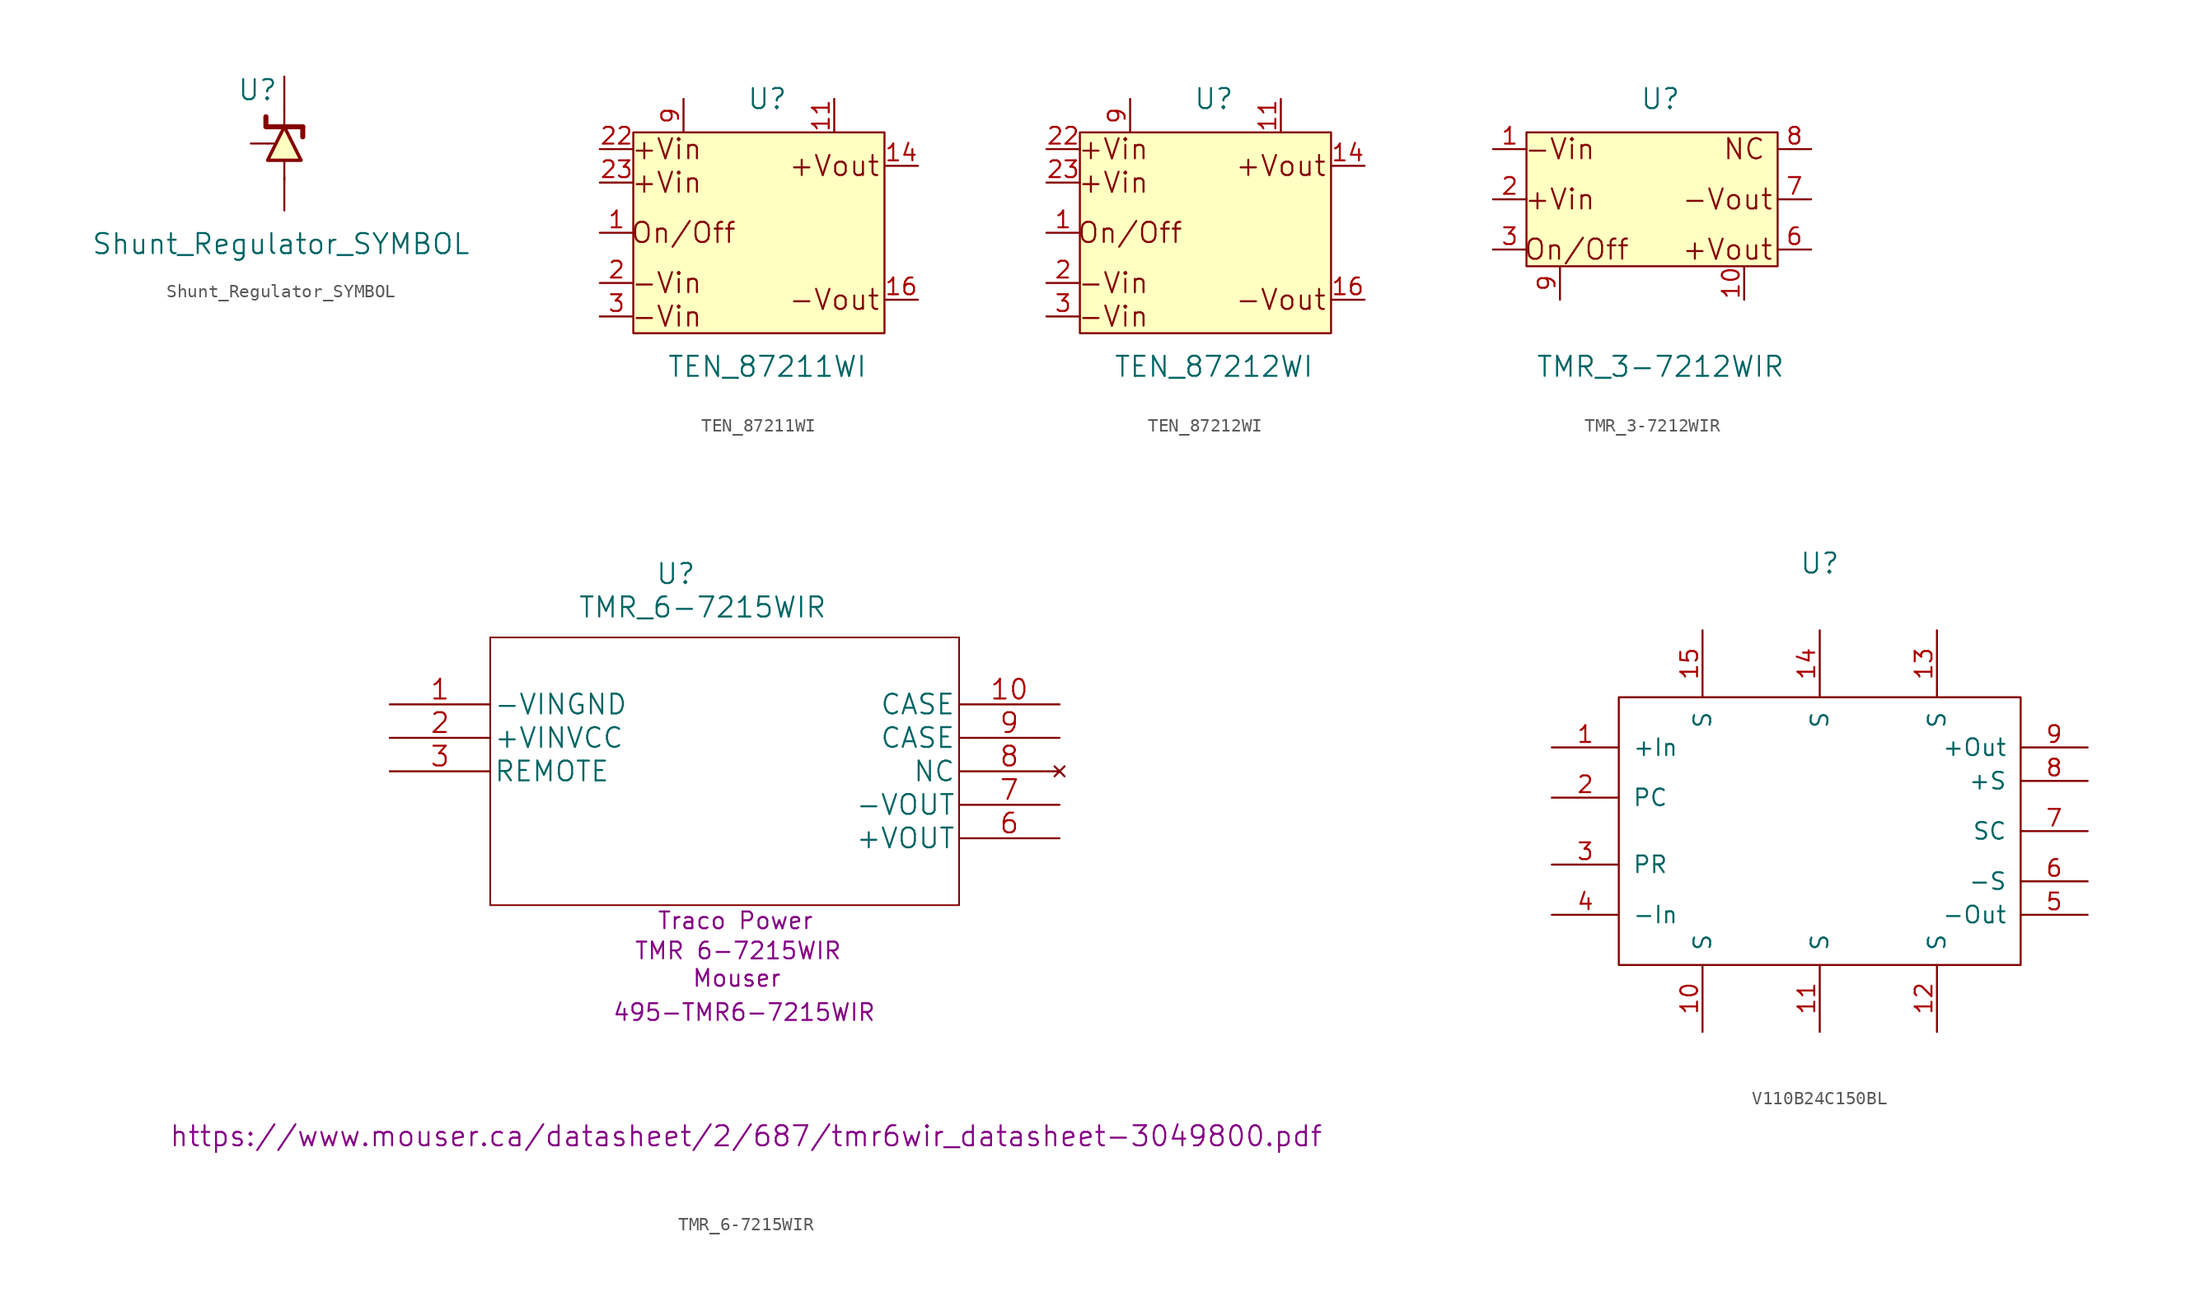
<source format=kicad_sym>
(kicad_symbol_lib
  (version 20220914)
  (generator kicad_symbol_editor)
  (symbol "Shunt_Regulator_SYMBOL"
    (pin_numbers hide)
    (pin_names
      (offset 0) hide)
    (property "Reference" "U"
      (at -2.032 4.064 0)
      (effects (font (size 1.524 1.524))))
    (property "Value" "Shunt_Regulator_SYMBOL"
      (at -0.254 -7.62 0)
      (effects (font (size 1.524 1.524))))
    (symbol "Shunt_Regulator_SYMBOL_0_1"
      (polyline (pts (xy -1.27 0) (xy -0.635 0)) (stroke (width 0) (type default)) (fill (type none)))
      (polyline (pts (xy 0 -2.794) (xy 0 -1.27)) (stroke (width 0) (type default)) (fill (type none)))
      (polyline (pts (xy 0 2.413) (xy 0 1.27)) (stroke (width 0) (type default)) (fill (type none)))
      (polyline (pts (xy 1.397 1.27) (xy 1.397 0.508)) (stroke (width 0.381) (type default)) (fill (type none)))
      (polyline (pts (xy 1.397 1.27) (xy -1.397 1.27) (xy -1.397 2.032)) (stroke (width 0.381) (type default)) (fill (type none)))
      (polyline (pts (xy -1.27 -1.27) (xy 1.27 -1.27) (xy 0 1.27) (xy -1.27 -1.27)) (stroke (width 0.254) (type default)) (fill (type background))))
    (symbol "Shunt_Regulator_SYMBOL_1_1"
      (pin input line (at 0 5.08 270) (length 2.667) (name "Cathode" (effects (font (size 1.27 1.27)))) (number "1" (effects (font (size 1.27 1.27)))))
      (pin input line (at 0 -5.08 90) (length 2.54) (name "Anode" (effects (font (size 1.27 1.27)))) (number "2" (effects (font (size 1.27 1.27)))))
      (pin input line (at -2.54 0 0) (length 1.27) (name "Vref" (effects (font (size 1.27 1.27)))) (number "~" (effects (font (size 1.27 1.27)))))))
  (symbol "TEN_87211WI"
    (pin_names
      (offset 0) hide)
    (property "Reference" "U"
      (at 0 7.62 0)
      (effects (font (size 1.524 1.524))))
    (property "Value" "TEN_87211WI"
      (at 0 -12.7 0)
      (effects (font (size 1.524 1.524))))
    (symbol "TEN_87211WI_0_0"
      (text "+Vin" (at -7.62 1.27 0) (effects (font (size 1.524 1.524))))
      (text "+Vin" (at -7.62 3.81 0) (effects (font (size 1.524 1.524))))
      (text "+Vout" (at 5.08 2.54 0) (effects (font (size 1.524 1.524))))
      (text "-Vin" (at -7.62 -8.89 0) (effects (font (size 1.524 1.524))))
      (text "-Vin" (at -7.62 -6.35 0) (effects (font (size 1.524 1.524))))
      (text "-Vout" (at 5.08 -7.62 0) (effects (font (size 1.524 1.524))))
      (text "On/Off" (at -6.35 -2.54 0) (effects (font (size 1.524 1.524)))))
    (symbol "TEN_87211WI_0_1"
      (rectangle (start 8.89 -10.16) (end -10.16 5.08) (stroke (width 0) (type default)) (fill (type background))))
    (symbol "TEN_87211WI_1_1"
      (pin input line (at -12.7 -2.54 0) (length 2.54) (name "Remote_On/Off" (effects (font (size 1.27 1.27)))) (number "1" (effects (font (size 1.27 1.27)))))
      (pin output line (at 5.08 7.62 270) (length 2.54) (name "NC" (effects (font (size 1.27 1.27)))) (number "11" (effects (font (size 1.27 1.27)))))
      (pin input line (at 11.43 2.54 180) (length 2.54) (name "+Vout" (effects (font (size 1.27 1.27)))) (number "14" (effects (font (size 1.27 1.27)))))
      (pin input line (at 11.43 -7.62 180) (length 2.54) (name "-Vout" (effects (font (size 1.27 1.27)))) (number "16" (effects (font (size 1.27 1.27)))))
      (pin input line (at -12.7 -6.35 0) (length 2.54) (name "-Vin_(GND)" (effects (font (size 1.27 1.27)))) (number "2" (effects (font (size 1.27 1.27)))))
      (pin input line (at -12.7 3.81 0) (length 2.54) (name "+Vin_(VCC)" (effects (font (size 1.27 1.27)))) (number "22" (effects (font (size 1.27 1.27)))))
      (pin input line (at -12.7 1.27 0) (length 2.54) (name "+Vin_(VCC)" (effects (font (size 1.27 1.27)))) (number "23" (effects (font (size 1.27 1.27)))))
      (pin input line (at -12.7 -8.89 0) (length 2.54) (name "-Vin_(GND)" (effects (font (size 1.27 1.27)))) (number "3" (effects (font (size 1.27 1.27)))))
      (pin output line (at -6.35 7.62 270) (length 2.54) (name "NC" (effects (font (size 1.27 1.27)))) (number "9" (effects (font (size 1.27 1.27)))))))
  (symbol "TEN_87212WI"
    (pin_names
      (offset 0) hide)
    (property "Reference" "U"
      (at 0 7.62 0)
      (effects (font (size 1.524 1.524))))
    (property "Value" "TEN_87212WI"
      (at 0 -12.7 0)
      (effects (font (size 1.524 1.524))))
    (symbol "TEN_87212WI_0_0"
      (text "+Vin" (at -7.62 1.27 0) (effects (font (size 1.524 1.524))))
      (text "+Vin" (at -7.62 3.81 0) (effects (font (size 1.524 1.524))))
      (text "+Vout" (at 5.08 2.54 0) (effects (font (size 1.524 1.524))))
      (text "-Vin" (at -7.62 -8.89 0) (effects (font (size 1.524 1.524))))
      (text "-Vin" (at -7.62 -6.35 0) (effects (font (size 1.524 1.524))))
      (text "-Vout" (at 5.08 -7.62 0) (effects (font (size 1.524 1.524))))
      (text "On/Off" (at -6.35 -2.54 0) (effects (font (size 1.524 1.524)))))
    (symbol "TEN_87212WI_0_1"
      (rectangle (start 8.89 -10.16) (end -10.16 5.08) (stroke (width 0) (type default)) (fill (type background))))
    (symbol "TEN_87212WI_1_1"
      (pin input line (at -12.7 -2.54 0) (length 2.54) (name "Remote_On/Off" (effects (font (size 1.27 1.27)))) (number "1" (effects (font (size 1.27 1.27)))))
      (pin output line (at 5.08 7.62 270) (length 2.54) (name "NC" (effects (font (size 1.27 1.27)))) (number "11" (effects (font (size 1.27 1.27)))))
      (pin input line (at 11.43 2.54 180) (length 2.54) (name "+Vout" (effects (font (size 1.27 1.27)))) (number "14" (effects (font (size 1.27 1.27)))))
      (pin input line (at 11.43 -7.62 180) (length 2.54) (name "-Vout" (effects (font (size 1.27 1.27)))) (number "16" (effects (font (size 1.27 1.27)))))
      (pin input line (at -12.7 -6.35 0) (length 2.54) (name "-Vin_(GND)" (effects (font (size 1.27 1.27)))) (number "2" (effects (font (size 1.27 1.27)))))
      (pin input line (at -12.7 3.81 0) (length 2.54) (name "+Vin_(VCC)" (effects (font (size 1.27 1.27)))) (number "22" (effects (font (size 1.27 1.27)))))
      (pin input line (at -12.7 1.27 0) (length 2.54) (name "+Vin_(VCC)" (effects (font (size 1.27 1.27)))) (number "23" (effects (font (size 1.27 1.27)))))
      (pin input line (at -12.7 -8.89 0) (length 2.54) (name "-Vin_(GND)" (effects (font (size 1.27 1.27)))) (number "3" (effects (font (size 1.27 1.27)))))
      (pin output line (at -6.35 7.62 270) (length 2.54) (name "NC" (effects (font (size 1.27 1.27)))) (number "9" (effects (font (size 1.27 1.27)))))))
  (symbol "TMR_3-7212WIR"
    (pin_names
      (offset 0) hide)
    (property "Reference" "U"
      (at 0 7.62 0)
      (effects (font (size 1.524 1.524))))
    (property "Value" "TMR_3-7212WIR"
      (at 0 -12.7 0)
      (effects (font (size 1.524 1.524))))
    (symbol "TMR_3-7212WIR_0_0"
      (text "+Vin" (at -7.62 0 0) (effects (font (size 1.524 1.524))))
      (text "+Vout" (at 5.08 -3.81 0) (effects (font (size 1.524 1.524))))
      (text "-Vin" (at -7.62 3.81 0) (effects (font (size 1.524 1.524))))
      (text "-Vout" (at 5.08 0 0) (effects (font (size 1.524 1.524))))
      (text "NC" (at 6.35 3.81 0) (effects (font (size 1.524 1.524))))
      (text "On/Off" (at -6.35 -3.81 0) (effects (font (size 1.524 1.524)))))
    (symbol "TMR_3-7212WIR_0_1"
      (rectangle (start 8.89 -5.08) (end -10.16 5.08) (stroke (width 0) (type default)) (fill (type background))))
    (symbol "TMR_3-7212WIR_1_1"
      (pin input line (at -12.7 3.81 0) (length 2.54) (name "-Vin" (effects (font (size 1.27 1.27)))) (number "1" (effects (font (size 1.27 1.27)))))
      (pin input line (at 6.35 -7.62 90) (length 2.54) (name "Vin" (effects (font (size 1.27 1.27)))) (number "10" (effects (font (size 1.27 1.27)))))
      (pin input line (at -12.7 0 0) (length 2.54) (name "GND" (effects (font (size 1.27 1.27)))) (number "2" (effects (font (size 1.27 1.27)))))
      (pin input line (at -12.7 -3.81 0) (length 2.54) (name "Vout" (effects (font (size 1.27 1.27)))) (number "3" (effects (font (size 1.27 1.27)))))
      (pin input line (at 11.43 -3.81 180) (length 2.54) (name "Vin" (effects (font (size 1.27 1.27)))) (number "6" (effects (font (size 1.27 1.27)))))
      (pin input line (at 11.43 0 180) (length 2.54) (name "Vin" (effects (font (size 1.27 1.27)))) (number "7" (effects (font (size 1.27 1.27)))))
      (pin input line (at 11.43 3.81 180) (length 2.54) (name "Vin" (effects (font (size 1.27 1.27)))) (number "8" (effects (font (size 1.27 1.27)))))
      (pin input line (at -7.62 -7.62 90) (length 2.54) (name "Vin" (effects (font (size 1.27 1.27)))) (number "9" (effects (font (size 1.27 1.27)))))))
  (symbol "TMR_6-7215WIR"
    (pin_names
      (offset 0.254))
    (property "Reference" "U"
      (at -4.572 15.189 0)
      (effects (font (size 1.524 1.524))))
    (property "Value" "TMR_6-7215WIR"
      (at -2.54 12.649 0)
      (effects (font (size 1.524 1.524))))
    (property "Datasheet" "https://www.mouser.ca/datasheet/2/687/tmr6wir_datasheet-3049800.pdf"
      (at 0.762 -27.483 0)
      (effects (font (size 1.524 1.524))))
    (property "Manufacturer Number" "TMR 6-7215WIR"
      (at 0.152 -13.411 0)
      (effects (font (size 1.27 1.27))))
    (property "Manufacturer" "Traco Power"
      (at -0.051 -11.125 0)
      (effects (font (size 1.27 1.27))))
    (property "Supplier" "Mouser"
      (at 0.051 -15.494 0)
      (effects (font (size 1.27 1.27))))
    (property "Supplier Number" "495-TMR6-7215WIR"
      (at 0.61 -18.085 0)
      (effects (font (size 1.27 1.27))))
    (symbol "TMR_6-7215WIR_1_1"
      (polyline (pts (xy -18.644 -9.957) (xy 16.916 -9.957)) (stroke (width 0.127) (type default)) (fill (type none)))
      (polyline (pts (xy -18.644 10.363) (xy -18.644 -9.957)) (stroke (width 0.127) (type default)) (fill (type none)))
      (polyline (pts (xy 16.916 -9.957) (xy 16.916 10.363)) (stroke (width 0.127) (type default)) (fill (type none)))
      (polyline (pts (xy 16.916 10.363) (xy -18.644 10.363)) (stroke (width 0.127) (type default)) (fill (type none)))
      (pin power_in line (at -26.264 5.283 0) (length 7.62) (name "-VINGND" (effects (font (size 1.499 1.499)))) (number "1" (effects (font (size 1.499 1.499)))))
      (pin unspecified line (at 24.536 5.283 180) (length 7.62) (name "CASE" (effects (font (size 1.499 1.499)))) (number "10" (effects (font (size 1.499 1.499)))))
      (pin power_in line (at -26.264 2.743 0) (length 7.62) (name "+VINVCC" (effects (font (size 1.499 1.499)))) (number "2" (effects (font (size 1.499 1.499)))))
      (pin bidirectional line (at -26.264 0.203 0) (length 7.62) (name "REMOTE" (effects (font (size 1.499 1.499)))) (number "3" (effects (font (size 1.499 1.499)))))
      (pin power_in line (at 24.536 -4.877 180) (length 7.62) (name "+VOUT" (effects (font (size 1.499 1.499)))) (number "6" (effects (font (size 1.499 1.499)))))
      (pin power_in line (at 24.536 -2.337 180) (length 7.62) (name "-VOUT" (effects (font (size 1.499 1.499)))) (number "7" (effects (font (size 1.499 1.499)))))
      (pin no_connect line (at 24.536 0.203 180) (length 7.62) (name "NC" (effects (font (size 1.499 1.499)))) (number "8" (effects (font (size 1.499 1.499)))))
      (pin unspecified line (at 24.536 2.743 180) (length 7.62) (name "CASE" (effects (font (size 1.499 1.499)))) (number "9" (effects (font (size 1.499 1.499)))))))
  (symbol "V110B24C150BL"
    (pin_names
      (offset 1.016))
    (property "Reference" "U"
      (at 0 20.32 0)
      (effects (font (size 1.524 1.524))))
    (symbol "V110B24C150BL_0_1"
      (rectangle (start -15.24 10.16) (end 15.24 -10.16) (stroke (width 0) (type default)) (fill (type none))))
    (symbol "V110B24C150BL_1_1"
      (pin input line (at -20.32 6.35 0) (length 5.08) (name "+In" (effects (font (size 1.27 1.27)))) (number "1" (effects (font (size 1.27 1.27)))))
      (pin input line (at -8.89 -15.24 90) (length 5.08) (name "S" (effects (font (size 1.27 1.27)))) (number "10" (effects (font (size 1.27 1.27)))))
      (pin input line (at 0 -15.24 90) (length 5.08) (name "S" (effects (font (size 1.27 1.27)))) (number "11" (effects (font (size 1.27 1.27)))))
      (pin input line (at 8.89 -15.24 90) (length 5.08) (name "S" (effects (font (size 1.27 1.27)))) (number "12" (effects (font (size 1.27 1.27)))))
      (pin input line (at 8.89 15.24 270) (length 5.08) (name "S" (effects (font (size 1.27 1.27)))) (number "13" (effects (font (size 1.27 1.27)))))
      (pin input line (at 0 15.24 270) (length 5.08) (name "S" (effects (font (size 1.27 1.27)))) (number "14" (effects (font (size 1.27 1.27)))))
      (pin input line (at -8.89 15.24 270) (length 5.08) (name "S" (effects (font (size 1.27 1.27)))) (number "15" (effects (font (size 1.27 1.27)))))
      (pin input line (at -20.32 2.54 0) (length 5.08) (name "PC" (effects (font (size 1.27 1.27)))) (number "2" (effects (font (size 1.27 1.27)))))
      (pin input line (at -20.32 -2.54 0) (length 5.08) (name "PR" (effects (font (size 1.27 1.27)))) (number "3" (effects (font (size 1.27 1.27)))))
      (pin input line (at -20.32 -6.35 0) (length 5.08) (name "-In" (effects (font (size 1.27 1.27)))) (number "4" (effects (font (size 1.27 1.27)))))
      (pin input line (at 20.32 -6.35 180) (length 5.08) (name "-Out" (effects (font (size 1.27 1.27)))) (number "5" (effects (font (size 1.27 1.27)))))
      (pin input line (at 20.32 -3.81 180) (length 5.08) (name "-S" (effects (font (size 1.27 1.27)))) (number "6" (effects (font (size 1.27 1.27)))))
      (pin input line (at 20.32 0 180) (length 5.08) (name "SC" (effects (font (size 1.27 1.27)))) (number "7" (effects (font (size 1.27 1.27)))))
      (pin input line (at 20.32 3.81 180) (length 5.08) (name "+S" (effects (font (size 1.27 1.27)))) (number "8" (effects (font (size 1.27 1.27)))))
      (pin input line (at 20.32 6.35 180) (length 5.08) (name "+Out" (effects (font (size 1.27 1.27)))) (number "9" (effects (font (size 1.27 1.27))))))))
</source>
